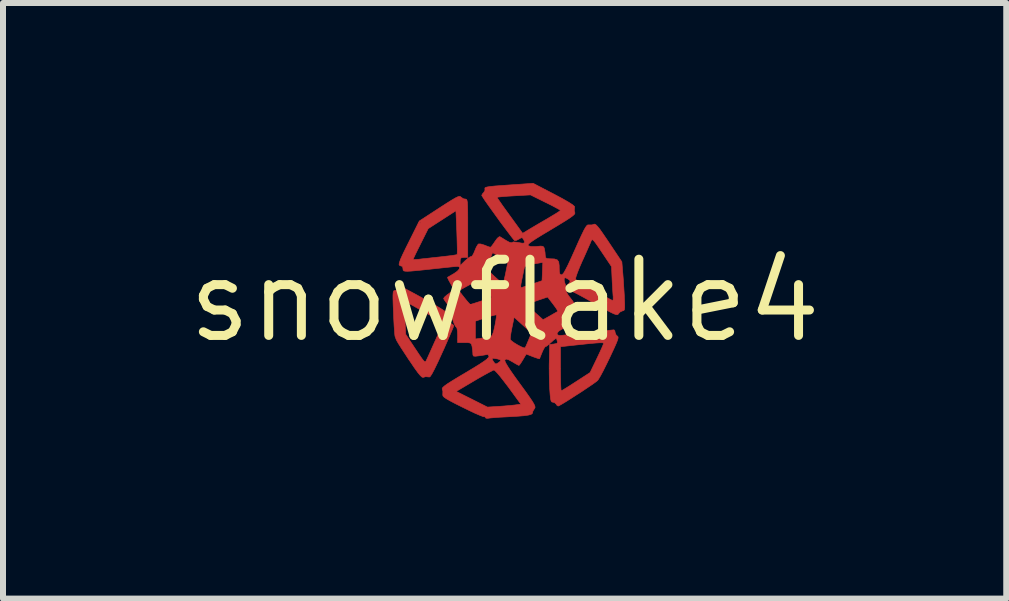
<source format=kicad_pcb>
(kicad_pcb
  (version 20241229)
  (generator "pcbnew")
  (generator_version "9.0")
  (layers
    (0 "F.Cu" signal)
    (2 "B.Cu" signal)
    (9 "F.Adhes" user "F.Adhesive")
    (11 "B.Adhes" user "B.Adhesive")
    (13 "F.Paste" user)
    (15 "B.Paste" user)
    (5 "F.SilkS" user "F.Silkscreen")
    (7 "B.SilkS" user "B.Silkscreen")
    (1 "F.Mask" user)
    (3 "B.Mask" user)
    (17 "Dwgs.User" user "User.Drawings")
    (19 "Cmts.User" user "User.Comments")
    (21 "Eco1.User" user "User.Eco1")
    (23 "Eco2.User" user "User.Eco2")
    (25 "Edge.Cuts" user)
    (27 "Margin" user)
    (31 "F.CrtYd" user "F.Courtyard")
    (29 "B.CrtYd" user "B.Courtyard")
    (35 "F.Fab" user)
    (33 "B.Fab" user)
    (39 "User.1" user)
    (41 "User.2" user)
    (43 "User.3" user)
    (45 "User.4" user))
  (footprint "snowflake4"
    (layer "F.Cu")
    (at 5.359 1.96)
    (property "Reference" "snowflake4" (at 0 0 0) (layer "F.SilkS") (effects (font (size 1.27 1.27) (thickness 0.15))))
    (attr through_hole)
    (fp_poly (pts (xy -1.705 -0.222) (xy -1.648 -0.194) (xy -1.567 -0.151) (xy -1.465 -0.096) (xy -1.351 -0.033) (xy -1.312 -0.011) (xy -1.179 0.064) (xy -1.078 0.123) (xy -1.006 0.169) (xy -0.959 0.205) (xy -0.934 0.235) (xy -0.925 0.262) (xy -0.929 0.29) (xy -0.94 0.319) (xy -0.936 0.352) (xy -0.9 0.377) (xy -0.861 0.4) (xy -0.847 0.418) (xy -0.855 0.442) (xy -0.878 0.498) (xy -0.914 0.581) (xy -0.959 0.686) (xy -1.012 0.806) (xy -1.036 0.858) (xy -1.109 1.018) (xy -1.168 1.14) (xy -1.212 1.223) (xy -1.241 1.266) (xy -1.253 1.273) (xy -1.316 1.267) (xy -1.356 1.279) (xy -1.375 1.275) (xy -1.403 1.25) (xy -1.445 1.2) (xy -1.502 1.121) (xy -1.577 1.01) (xy -1.597 0.982) (xy -1.664 0.879) (xy -1.723 0.789) (xy -1.769 0.716) (xy -1.798 0.666) (xy -1.807 0.647) (xy -1.821 0.608) (xy -1.824 0.603) (xy -1.829 0.576) (xy -1.834 0.514) (xy -1.841 0.424) (xy -1.847 0.313) (xy -1.851 0.206) (xy -1.857 0.072) (xy -1.859 -0.000273) (xy -1.677 -0.000273) (xy -1.662 0.28) (xy -1.648 0.561) (xy -1.487 0.804) (xy -1.423 0.9) (xy -1.378 0.965) (xy -1.348 1.003) (xy -1.328 1.019) (xy -1.316 1.015) (xy -1.305 0.998) (xy -1.304 0.995) (xy -1.287 0.958) (xy -1.256 0.89) (xy -1.216 0.801) (xy -1.17 0.698) (xy -1.151 0.657) (xy -1.106 0.556) (xy -1.068 0.471) (xy -1.04 0.407) (xy -1.026 0.372) (xy -1.024 0.368) (xy -1.042 0.357) (xy -1.092 0.329) (xy -1.166 0.287) (xy -1.259 0.234) (xy -1.352 0.182) (xy -1.677 -0.000273) (xy -1.859 -0.000273) (xy -1.86 -0.026) (xy -1.86 -0.093) (xy -1.857 -0.135) (xy -1.851 -0.158) (xy -1.841 -0.167) (xy -1.826 -0.169) (xy -1.825 -0.169) (xy -1.784 -0.183) (xy -1.77 -0.201) (xy -1.745 -0.229) (xy -1.731 -0.232) (xy -1.705 -0.222)) (stroke (width 0.01) (type solid)) (fill yes) (layer "F.Cu"))
    (fp_poly (pts (xy 0.826 -1.773) (xy 0.963 -1.7) (xy 1.066 -1.641) (xy 1.134 -1.597) (xy 1.165 -1.569) (xy 1.167 -1.563) (xy 1.161 -1.499) (xy 1.172 -1.46) (xy 1.167 -1.444) (xy 1.14 -1.417) (xy 1.087 -1.378) (xy 1.005 -1.325) (xy 0.892 -1.256) (xy 0.776 -1.186) (xy 0.639 -1.104) (xy 0.536 -1.041) (xy 0.463 -0.993) (xy 0.416 -0.959) (xy 0.393 -0.935) (xy 0.39 -0.921) (xy 0.392 -0.917) (xy 0.434 -0.902) (xy 0.515 -0.902) (xy 0.534 -0.903) (xy 0.601 -0.909) (xy 0.637 -0.905) (xy 0.655 -0.889) (xy 0.663 -0.865) (xy 0.674 -0.803) (xy 0.677 -0.757) (xy 0.683 -0.716) (xy 0.707 -0.701) (xy 0.746 -0.698) (xy 0.829 -0.695) (xy 0.878 -0.679) (xy 0.902 -0.645) (xy 0.91 -0.583) (xy 0.91 -0.552) (xy 0.912 -0.483) (xy 0.921 -0.445) (xy 0.939 -0.431) (xy 0.948 -0.43) (xy 0.964 -0.437) (xy 0.987 -0.464) (xy 1.016 -0.515) (xy 1.056 -0.593) (xy 1.107 -0.703) (xy 1.172 -0.848) (xy 1.173 -0.85) (xy 1.235 -0.99) (xy 1.284 -1.095) (xy 1.32 -1.17) (xy 1.348 -1.22) (xy 1.369 -1.249) (xy 1.386 -1.262) (xy 1.402 -1.262) (xy 1.404 -1.262) (xy 1.458 -1.262) (xy 1.484 -1.272) (xy 1.501 -1.275) (xy 1.521 -1.265) (xy 1.548 -1.238) (xy 1.587 -1.19) (xy 1.639 -1.116) (xy 1.71 -1.012) (xy 1.738 -0.97) (xy 1.954 -0.647) (xy 1.97 -0.456) (xy 1.979 -0.344) (xy 1.987 -0.213) (xy 1.995 -0.086) (xy 1.996 -0.048) (xy 2.001 0.05) (xy 2.001 0.113) (xy 1.997 0.149) (xy 1.987 0.165) (xy 1.97 0.169) (xy 1.969 0.169) (xy 1.929 0.186) (xy 1.902 0.213) (xy 1.892 0.227) (xy 1.878 0.234) (xy 1.856 0.232) (xy 1.821 0.22) (xy 1.769 0.195) (xy 1.694 0.155) (xy 1.592 0.099) (xy 1.46 0.025) (xy 1.322 -0.052) (xy 1.215 -0.11) (xy 1.137 -0.149) (xy 1.083 -0.173) (xy 1.05 -0.182) (xy 1.033 -0.179) (xy 1.03 -0.176) (xy 1.031 -0.141) (xy 1.064 -0.085) (xy 1.092 -0.049) (xy 1.136 0.007) (xy 1.154 0.041) (xy 1.15 0.062) (xy 1.14 0.072) (xy 1.102 0.101) (xy 1.053 0.14) (xy 1.048 0.144) (xy 0.987 0.192) (xy 1.034 0.289) (xy 1.062 0.355) (xy 1.063 0.4) (xy 1.033 0.434) (xy 0.968 0.469) (xy 0.957 0.474) (xy 0.902 0.508) (xy 0.875 0.543) (xy 0.88 0.57) (xy 0.915 0.581) (xy 0.941 0.58) (xy 0.983 0.575) (xy 1.056 0.566) (xy 1.152 0.556) (xy 1.263 0.544) (xy 1.382 0.531) (xy 1.501 0.519) (xy 1.612 0.507) (xy 1.707 0.498) (xy 1.778 0.491) (xy 1.818 0.487) (xy 1.823 0.487) (xy 1.838 0.505) (xy 1.841 0.528) (xy 1.858 0.572) (xy 1.878 0.59) (xy 1.889 0.6) (xy 1.892 0.62) (xy 1.884 0.653) (xy 1.864 0.705) (xy 1.83 0.782) (xy 1.78 0.889) (xy 1.751 0.951) (xy 1.696 1.064) (xy 1.645 1.166) (xy 1.601 1.249) (xy 1.567 1.306) (xy 1.551 1.33) (xy 1.521 1.354) (xy 1.464 1.395) (xy 1.387 1.447) (xy 1.298 1.507) (xy 1.203 1.568) (xy 1.11 1.628) (xy 1.025 1.682) (xy 0.955 1.724) (xy 0.909 1.75) (xy 0.892 1.757) (xy 0.868 1.74) (xy 0.86 1.725) (xy 0.831 1.699) (xy 0.807 1.693) (xy 0.788 1.689) (xy 0.775 1.673) (xy 0.766 1.636) (xy 0.759 1.572) (xy 0.752 1.476) (xy 0.747 1.362) (xy 0.744 1.225) (xy 0.743 1.086) (xy 0.745 0.995) (xy 0.75 0.768) (xy 0.931 0.768) (xy 0.931 1.135) (xy 0.932 1.255) (xy 0.934 1.358) (xy 0.937 1.438) (xy 0.941 1.489) (xy 0.944 1.503) (xy 0.965 1.492) (xy 1.015 1.462) (xy 1.087 1.417) (xy 1.172 1.362) (xy 1.191 1.35) (xy 1.425 1.198) (xy 1.538 0.964) (xy 1.581 0.873) (xy 1.617 0.795) (xy 1.641 0.738) (xy 1.651 0.712) (xy 1.651 0.711) (xy 1.645 0.705) (xy 1.625 0.702) (xy 1.586 0.702) (xy 1.523 0.706) (xy 1.432 0.714) (xy 1.308 0.727) (xy 1.148 0.744) (xy 0.931 0.768) (xy 0.75 0.768) (xy 0.751 0.73) (xy 0.822 0.723) (xy 0.87 0.714) (xy 0.883 0.694) (xy 0.88 0.685) (xy 0.869 0.642) (xy 0.868 0.629) (xy 0.855 0.629) (xy 0.82 0.654) (xy 0.782 0.689) (xy 0.733 0.733) (xy 0.696 0.761) (xy 0.682 0.765) (xy 0.667 0.779) (xy 0.643 0.822) (xy 0.626 0.86) (xy 0.602 0.919) (xy 0.586 0.959) (xy 0.581 0.969) (xy 0.561 0.965) (xy 0.513 0.949) (xy 0.469 0.933) (xy 0.361 0.89) (xy 0.305 0.985) (xy 0.272 1.038) (xy 0.247 1.073) (xy 0.238 1.079) (xy 0.215 1.069) (xy 0.169 1.043) (xy 0.129 1.019) (xy 0.067 0.985) (xy 0.03 0.974) (xy 0.007 0.985) (xy 0.006 0.985) (xy 0.004 1.002) (xy 0.017 1.035) (xy 0.048 1.088) (xy 0.098 1.165) (xy 0.17 1.268) (xy 0.256 1.387) (xy 0.346 1.51) (xy 0.413 1.605) (xy 0.46 1.674) (xy 0.489 1.723) (xy 0.504 1.756) (xy 0.508 1.779) (xy 0.502 1.794) (xy 0.498 1.799) (xy 0.472 1.841) (xy 0.466 1.867) (xy 0.459 1.884) (xy 0.437 1.897) (xy 0.394 1.908) (xy 0.324 1.918) (xy 0.225 1.926) (xy 0.09 1.934) (xy 0.021 1.938) (xy -0.083 1.943) (xy -0.175 1.95) (xy -0.243 1.956) (xy -0.28 1.961) (xy -0.28 1.961) (xy -0.311 1.959) (xy -0.318 1.948) (xy -0.33 1.933) (xy -0.338 1.936) (xy -0.362 1.931) (xy -0.418 1.909) (xy -0.499 1.874) (xy -0.598 1.827) (xy -0.7 1.777) (xy -0.822 1.716) (xy -0.911 1.669) (xy -0.972 1.634) (xy -1.009 1.608) (xy -1.027 1.588) (xy -1.031 1.57) (xy -1.03 1.562) (xy -1.029 1.513) (xy -0.806 1.513) (xy -0.546 1.643) (xy -0.286 1.774) (xy -0.106 1.763) (xy -0.008 1.756) (xy 0.088 1.748) (xy 0.163 1.74) (xy 0.172 1.739) (xy 0.271 1.725) (xy 0.062 1.439) (xy -0.01 1.345) (xy -0.074 1.263) (xy -0.127 1.201) (xy -0.164 1.164) (xy -0.178 1.156) (xy -0.205 1.167) (xy -0.262 1.197) (xy -0.342 1.241) (xy -0.438 1.295) (xy -0.507 1.336) (xy -0.806 1.513) (xy -1.029 1.513) (xy -1.029 1.508) (xy -1.038 1.48) (xy -1.04 1.465) (xy -1.03 1.447) (xy -1.002 1.422) (xy -0.954 1.387) (xy -0.88 1.34) (xy -0.777 1.277) (xy -0.657 1.206) (xy -0.519 1.123) (xy -0.414 1.058) (xy -0.339 1.008) (xy -0.291 0.972) (xy -0.289 0.969) (xy -0.209 0.969) (xy -0.194 1.002) (xy -0.185 1.016) (xy -0.159 1.051) (xy -0.133 1.053) (xy -0.094 1.028) (xy -0.066 1.003) (xy -0.071 0.987) (xy -0.111 0.973) (xy -0.143 0.967) (xy -0.194 0.96) (xy -0.209 0.969) (xy -0.289 0.969) (xy -0.266 0.945) (xy -0.26 0.929) (xy -0.275 0.899) (xy -0.296 0.898) (xy -0.335 0.906) (xy -0.398 0.916) (xy -0.429 0.92) (xy -0.489 0.927) (xy -0.519 0.923) (xy -0.528 0.904) (xy -0.529 0.882) (xy -0.533 0.823) (xy -0.542 0.765) (xy -0.552 0.726) (xy -0.571 0.707) (xy -0.609 0.7) (xy -0.669 0.699) (xy -0.783 0.699) (xy -0.783 0.642) (xy 0.094 0.642) (xy 0.094 0.648) (xy 0.116 0.671) (xy 0.161 0.704) (xy 0.217 0.738) (xy 0.274 0.768) (xy 0.319 0.786) (xy 0.34 0.787) (xy 0.355 0.761) (xy 0.378 0.708) (xy 0.4 0.656) (xy 0.448 0.54) (xy 0.159 0.276) (xy 0.123 0.45) (xy 0.107 0.533) (xy 0.097 0.601) (xy 0.094 0.642) (xy -0.783 0.642) (xy -0.783 0.572) (xy -0.786 0.505) (xy -0.794 0.459) (xy -0.802 0.445) (xy -0.82 0.426) (xy -0.842 0.381) (xy -0.856 0.342) (xy -0.487 0.342) (xy -0.487 0.639) (xy -0.376 0.625) (xy -0.306 0.615) (xy -0.25 0.605) (xy -0.23 0.601) (xy -0.208 0.578) (xy -0.185 0.52) (xy -0.163 0.423) (xy -0.162 0.419) (xy -0.147 0.339) (xy -0.138 0.276) (xy -0.135 0.241) (xy -0.136 0.238) (xy -0.159 0.24) (xy -0.212 0.253) (xy -0.285 0.275) (xy -0.316 0.285) (xy -0.487 0.342) (xy -0.856 0.342) (xy -0.864 0.32) (xy -0.882 0.257) (xy -0.893 0.205) (xy -0.891 0.175) (xy -0.888 0.173) (xy -0.888 0.154) (xy -0.911 0.114) (xy -0.941 0.074) (xy -0.943 0.071) (xy 0.375 0.071) (xy 0.392 0.091) (xy 0.434 0.131) (xy 0.491 0.184) (xy 0.511 0.202) (xy 0.641 0.318) (xy 0.76 0.252) (xy 0.822 0.216) (xy 0.868 0.19) (xy 0.887 0.178) (xy 0.879 0.159) (xy 0.851 0.116) (xy 0.808 0.058) (xy 0.806 0.055) (xy 0.717 -0.06) (xy 0.544 -0.002) (xy 0.467 0.026) (xy 0.408 0.05) (xy 0.378 0.067) (xy 0.375 0.071) (xy -0.943 0.071) (xy -0.982 0.02) (xy -1.01 -0.022) (xy -1.016 -0.038) (xy -1 -0.06) (xy -0.959 -0.096) (xy -0.931 -0.116) (xy -0.882 -0.152) (xy -0.866 -0.166) (xy -0.762 -0.166) (xy -0.672 -0.051) (xy -0.626 0.006) (xy -0.59 0.047) (xy -0.571 0.063) (xy -0.571 0.064) (xy -0.547 0.057) (xy -0.492 0.04) (xy -0.418 0.016) (xy -0.384 0.005) (xy -0.21 -0.054) (xy -0.35 -0.175) (xy -0.415 -0.23) (xy -0.425 -0.237) (xy 0.268 -0.237) (xy 0.273 -0.22) (xy 0.29 -0.22) (xy 0.301 -0.224) (xy 0.341 -0.237) (xy 0.408 -0.259) (xy 0.483 -0.284) (xy 0.624 -0.332) (xy 0.626 -0.374) (xy 0.993 -0.374) (xy 0.994 -0.333) (xy 1.001 -0.305) (xy 1.025 -0.228) (xy 1.064 -0.277) (xy 1.09 -0.313) (xy 1.089 -0.335) (xy 1.067 -0.354) (xy 1.056 -0.36) (xy 1.181 -0.36) (xy 1.183 -0.354) (xy 1.206 -0.338) (xy 1.259 -0.306) (xy 1.333 -0.263) (xy 1.42 -0.212) (xy 1.513 -0.159) (xy 1.605 -0.107) (xy 1.687 -0.061) (xy 1.752 -0.026) (xy 1.793 -0.005) (xy 1.802 -0.001) (xy 1.809 -0.019) (xy 1.81 -0.064) (xy 1.808 -0.079) (xy 1.804 -0.136) (xy 1.799 -0.221) (xy 1.793 -0.318) (xy 1.791 -0.363) (xy 1.782 -0.567) (xy 1.622 -0.806) (xy 1.558 -0.901) (xy 1.513 -0.965) (xy 1.483 -1.002) (xy 1.464 -1.016) (xy 1.452 -1.011) (xy 1.442 -0.993) (xy 1.427 -0.956) (xy 1.397 -0.889) (xy 1.358 -0.8) (xy 1.312 -0.697) (xy 1.293 -0.657) (xy 1.248 -0.553) (xy 1.213 -0.465) (xy 1.19 -0.398) (xy 1.181 -0.36) (xy 1.056 -0.36) (xy 1.018 -0.381) (xy 0.993 -0.374) (xy 0.626 -0.374) (xy 0.637 -0.639) (xy 0.578 -0.627) (xy 0.518 -0.617) (xy 0.444 -0.605) (xy 0.429 -0.603) (xy 0.366 -0.588) (xy 0.335 -0.563) (xy 0.328 -0.543) (xy 0.318 -0.499) (xy 0.304 -0.43) (xy 0.288 -0.354) (xy 0.273 -0.279) (xy 0.268 -0.237) (xy -0.425 -0.237) (xy -0.469 -0.271) (xy -0.504 -0.294) (xy -0.51 -0.296) (xy -0.538 -0.287) (xy -0.59 -0.261) (xy -0.646 -0.231) (xy -0.762 -0.166) (xy -0.866 -0.166) (xy -0.852 -0.178) (xy -0.847 -0.184) (xy -0.856 -0.206) (xy -0.882 -0.252) (xy -0.902 -0.288) (xy -0.932 -0.342) (xy -0.949 -0.379) (xy -0.95 -0.389) (xy -0.928 -0.402) (xy -0.882 -0.429) (xy -0.845 -0.45) (xy -0.788 -0.49) (xy -0.754 -0.528) (xy -0.752 -0.541) (xy -0.297 -0.541) (xy -0.283 -0.519) (xy -0.246 -0.479) (xy -0.196 -0.429) (xy -0.14 -0.377) (xy -0.087 -0.33) (xy -0.046 -0.298) (xy -0.024 -0.287) (xy -0.024 -0.287) (xy -0.016 -0.31) (xy -0.003 -0.365) (xy 0.014 -0.44) (xy 0.02 -0.47) (xy 0.055 -0.646) (xy -0.073 -0.723) (xy -0.2 -0.8) (xy -0.248 -0.682) (xy -0.274 -0.616) (xy -0.292 -0.563) (xy -0.297 -0.541) (xy -0.752 -0.541) (xy -0.748 -0.557) (xy -0.774 -0.571) (xy -0.781 -0.571) (xy -0.812 -0.569) (xy -0.878 -0.563) (xy -0.971 -0.553) (xy -1.084 -0.541) (xy -1.196 -0.529) (xy -1.353 -0.512) (xy -1.473 -0.5) (xy -1.561 -0.492) (xy -1.621 -0.489) (xy -1.66 -0.491) (xy -1.682 -0.497) (xy -1.691 -0.509) (xy -1.693 -0.524) (xy -1.693 -0.529) (xy -1.7 -0.564) (xy -1.709 -0.572) (xy -1.739 -0.582) (xy -1.753 -0.59) (xy -1.759 -0.605) (xy -1.752 -0.638) (xy -1.734 -0.689) (xy -1.524 -0.689) (xy -1.505 -0.685) (xy -1.458 -0.687) (xy -1.434 -0.689) (xy -1.378 -0.696) (xy -1.292 -0.705) (xy -1.186 -0.717) (xy -1.074 -0.729) (xy -1.073 -0.729) (xy -0.97 -0.741) (xy -0.884 -0.751) (xy -0.822 -0.761) (xy -0.793 -0.767) (xy -0.791 -0.768) (xy -0.789 -0.791) (xy -0.788 -0.85) (xy -0.79 -0.937) (xy -0.793 -1.044) (xy -0.796 -1.138) (xy -0.811 -1.498) (xy -1.273 -1.2) (xy -1.398 -0.95) (xy -1.445 -0.856) (xy -1.484 -0.777) (xy -1.511 -0.719) (xy -1.524 -0.69) (xy -1.524 -0.689) (xy -1.734 -0.689) (xy -1.732 -0.694) (xy -1.695 -0.776) (xy -1.64 -0.889) (xy -1.601 -0.967) (xy -1.434 -1.302) (xy -1.418 -1.302) (xy -1.408 -1.291) (xy -1.397 -1.302) (xy -1.408 -1.312) (xy -1.418 -1.302) (xy -1.434 -1.302) (xy -1.421 -1.327) (xy -1.088 -1.544) (xy -0.97 -1.62) (xy -0.882 -1.675) (xy -0.819 -1.712) (xy -0.777 -1.732) (xy -0.751 -1.738) (xy -0.735 -1.733) (xy -0.729 -1.727) (xy -0.689 -1.699) (xy -0.659 -1.693) (xy -0.645 -1.692) (xy -0.634 -1.686) (xy -0.626 -1.669) (xy -0.62 -1.636) (xy -0.617 -1.583) (xy -0.615 -1.504) (xy -0.614 -1.394) (xy -0.614 -1.249) (xy -0.614 -1.206) (xy -0.614 -0.72) (xy -0.677 -0.72) (xy -0.721 -0.715) (xy -0.738 -0.692) (xy -0.741 -0.652) (xy -0.741 -0.584) (xy -0.658 -0.665) (xy -0.609 -0.707) (xy -0.571 -0.732) (xy -0.556 -0.734) (xy -0.539 -0.745) (xy -0.515 -0.787) (xy -0.498 -0.828) (xy -0.472 -0.89) (xy -0.446 -0.933) (xy -0.434 -0.945) (xy -0.398 -0.944) (xy -0.344 -0.928) (xy -0.328 -0.922) (xy -0.275 -0.901) (xy -0.24 -0.89) (xy -0.236 -0.889) (xy -0.218 -0.905) (xy -0.186 -0.948) (xy -0.162 -0.984) (xy -0.121 -1.04) (xy -0.089 -1.065) (xy -0.077 -1.065) (xy -0.045 -1.046) (xy 0.006 -1.014) (xy 0.031 -0.999) (xy 0.081 -0.972) (xy 0.115 -0.964) (xy 0.122 -0.968) (xy 0.147 -0.979) (xy 0.211 -0.972) (xy 0.225 -0.969) (xy 0.294 -0.957) (xy 0.328 -0.961) (xy 0.332 -0.984) (xy 0.318 -1.016) (xy 0.298 -1.046) (xy 0.275 -1.047) (xy 0.241 -1.027) (xy 0.197 -1.004) (xy 0.17 -0.999) (xy 0.152 -1.017) (xy 0.115 -1.064) (xy 0.062 -1.134) (xy -0.002 -1.219) (xy -0.073 -1.314) (xy -0.145 -1.414) (xy -0.215 -1.511) (xy -0.278 -1.599) (xy -0.33 -1.673) (xy -0.361 -1.721) (xy -0.127 -1.721) (xy -0.115 -1.702) (xy -0.082 -1.654) (xy -0.033 -1.583) (xy 0.03 -1.496) (xy 0.087 -1.417) (xy 0.301 -1.122) (xy 0.389 -1.175) (xy 0.442 -1.207) (xy 0.521 -1.254) (xy 0.615 -1.309) (xy 0.703 -1.36) (xy 0.79 -1.412) (xy 0.861 -1.455) (xy 0.91 -1.487) (xy 0.93 -1.503) (xy 0.931 -1.504) (xy 0.913 -1.517) (xy 0.864 -1.544) (xy 0.792 -1.583) (xy 0.702 -1.628) (xy 0.681 -1.638) (xy 0.431 -1.762) (xy 0.152 -1.746) (xy 0.049 -1.74) (xy -0.037 -1.733) (xy -0.098 -1.727) (xy -0.126 -1.722) (xy -0.127 -1.721) (xy -0.361 -1.721) (xy -0.365 -1.727) (xy -0.381 -1.754) (xy -0.381 -1.755) (xy -0.367 -1.782) (xy -0.349 -1.8) (xy -0.327 -1.838) (xy -0.328 -1.863) (xy -0.329 -1.876) (xy -0.318 -1.886) (xy -0.29 -1.894) (xy -0.241 -1.902) (xy -0.164 -1.91) (xy -0.055 -1.918) (xy 0.068 -1.927) (xy 0.476 -1.955) (xy 0.826 -1.773)) (stroke (width 0.01) (type solid)) (fill yes) (layer "F.Cu")))
  (gr_rect
    (start -3 -3)
    (end 13.719 6.926)
    (stroke (width 0.1) (type default))
    (fill no)
    (layer "Edge.Cuts")))
</source>
